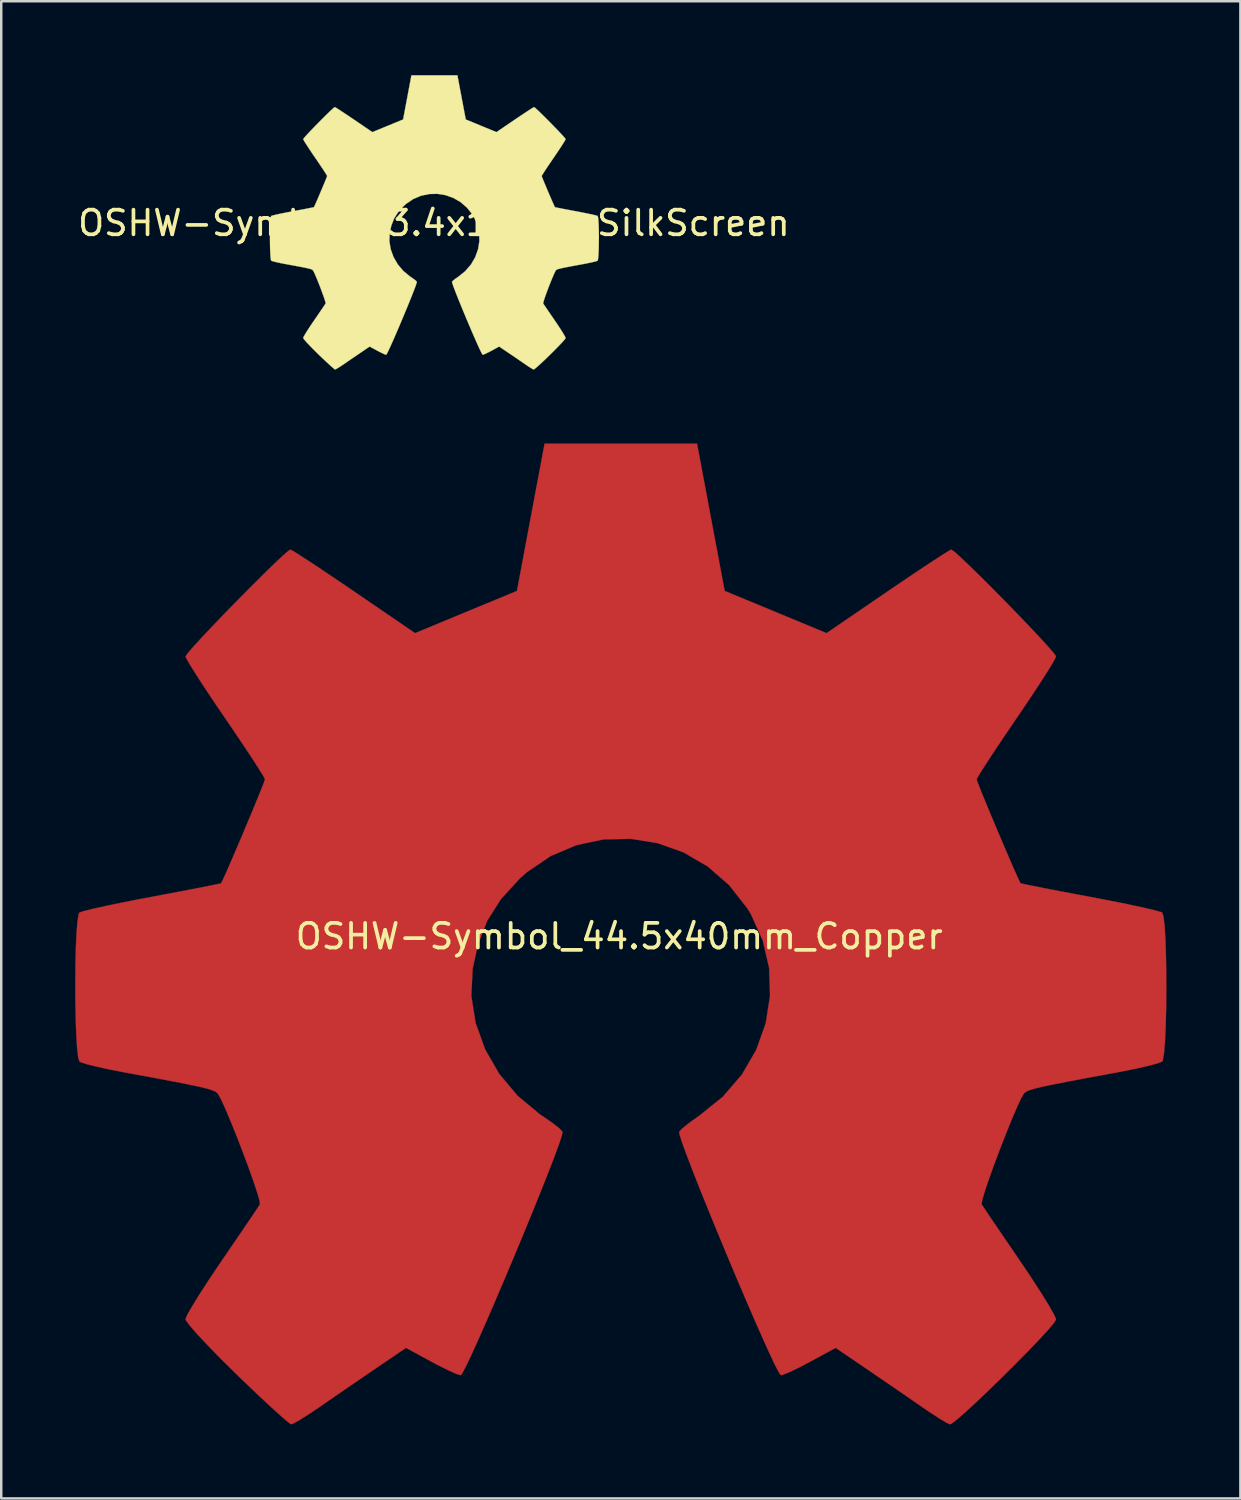
<source format=kicad_pcb>
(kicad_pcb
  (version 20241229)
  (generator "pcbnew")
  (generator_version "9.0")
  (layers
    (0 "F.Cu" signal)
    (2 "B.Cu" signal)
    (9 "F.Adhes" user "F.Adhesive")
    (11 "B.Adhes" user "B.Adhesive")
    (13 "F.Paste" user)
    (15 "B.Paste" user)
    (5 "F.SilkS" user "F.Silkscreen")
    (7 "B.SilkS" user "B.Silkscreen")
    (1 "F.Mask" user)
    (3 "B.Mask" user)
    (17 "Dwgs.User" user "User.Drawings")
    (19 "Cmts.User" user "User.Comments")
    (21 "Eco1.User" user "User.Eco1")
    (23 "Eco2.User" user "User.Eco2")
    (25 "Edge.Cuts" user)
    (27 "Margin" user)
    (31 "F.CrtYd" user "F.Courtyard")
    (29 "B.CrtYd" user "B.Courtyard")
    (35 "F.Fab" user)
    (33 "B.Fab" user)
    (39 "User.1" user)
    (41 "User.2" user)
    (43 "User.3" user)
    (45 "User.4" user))
  (footprint "OSHW-Symbol_13.4x12mm_SilkScreen"
    (layer "F.Cu")
    (at 14.554 6)
    (property "Reference" "OSHW-Symbol_13.4x12mm_SilkScreen" (at 0 0 0) (layer "F.SilkS") (effects (font (size 1 1) (thickness 0.15))))
    (attr exclude_from_pos_files exclude_from_bom allow_missing_courtyard)
    (fp_poly (pts (xy 1.12 -5.099) (xy 1.289 -4.204) (xy 1.912 -3.947) (xy 2.535 -3.69) (xy 3.282 -4.198) (xy 3.492 -4.34) (xy 3.681 -4.466) (xy 3.841 -4.571) (xy 3.964 -4.65) (xy 4.04 -4.696) (xy 4.06 -4.706) (xy 4.098 -4.681) (xy 4.177 -4.61) (xy 4.29 -4.503) (xy 4.428 -4.368) (xy 4.581 -4.216) (xy 4.741 -4.055) (xy 4.898 -3.893) (xy 5.045 -3.741) (xy 5.171 -3.607) (xy 5.268 -3.5) (xy 5.327 -3.429) (xy 5.341 -3.406) (xy 5.321 -3.362) (xy 5.264 -3.267) (xy 5.176 -3.128) (xy 5.063 -2.957) (xy 4.932 -2.762) (xy 4.856 -2.651) (xy 4.717 -2.447) (xy 4.594 -2.264) (xy 4.492 -2.109) (xy 4.418 -1.993) (xy 4.376 -1.924) (xy 4.37 -1.909) (xy 4.384 -1.868) (xy 4.422 -1.772) (xy 4.479 -1.634) (xy 4.548 -1.469) (xy 4.624 -1.289) (xy 4.701 -1.108) (xy 4.774 -0.94) (xy 4.836 -0.798) (xy 4.882 -0.696) (xy 4.906 -0.648) (xy 4.907 -0.646) (xy 4.945 -0.637) (xy 5.046 -0.616) (xy 5.2 -0.586) (xy 5.395 -0.548) (xy 5.622 -0.505) (xy 5.755 -0.481) (xy 5.998 -0.434) (xy 6.217 -0.39) (xy 6.402 -0.351) (xy 6.541 -0.319) (xy 6.623 -0.296) (xy 6.639 -0.289) (xy 6.656 -0.24) (xy 6.669 -0.129) (xy 6.679 0.03) (xy 6.686 0.226) (xy 6.689 0.444) (xy 6.69 0.672) (xy 6.687 0.897) (xy 6.682 1.106) (xy 6.673 1.286) (xy 6.662 1.424) (xy 6.647 1.507) (xy 6.638 1.525) (xy 6.586 1.546) (xy 6.474 1.575) (xy 6.318 1.61) (xy 6.133 1.648) (xy 6.069 1.66) (xy 5.757 1.717) (xy 5.511 1.763) (xy 5.322 1.799) (xy 5.183 1.829) (xy 5.084 1.852) (xy 5.018 1.872) (xy 4.978 1.89) (xy 4.953 1.907) (xy 4.95 1.911) (xy 4.916 1.967) (xy 4.865 2.077) (xy 4.801 2.226) (xy 4.729 2.401) (xy 4.655 2.59) (xy 4.584 2.778) (xy 4.521 2.953) (xy 4.471 3.1) (xy 4.439 3.207) (xy 4.431 3.259) (xy 4.432 3.261) (xy 4.46 3.304) (xy 4.524 3.399) (xy 4.616 3.535) (xy 4.732 3.704) (xy 4.862 3.894) (xy 4.899 3.949) (xy 5.032 4.145) (xy 5.149 4.324) (xy 5.243 4.475) (xy 5.309 4.589) (xy 5.34 4.655) (xy 5.341 4.663) (xy 5.316 4.706) (xy 5.244 4.79) (xy 5.136 4.907) (xy 5.001 5.047) (xy 4.848 5.202) (xy 4.685 5.363) (xy 4.524 5.519) (xy 4.371 5.664) (xy 4.238 5.786) (xy 4.132 5.878) (xy 4.064 5.931) (xy 4.045 5.939) (xy 4 5.919) (xy 3.91 5.865) (xy 3.788 5.786) (xy 3.695 5.722) (xy 3.525 5.605) (xy 3.324 5.467) (xy 3.122 5.33) (xy 3.013 5.257) (xy 2.646 5.008) (xy 2.338 5.175) (xy 2.197 5.248) (xy 2.078 5.305) (xy 1.997 5.337) (xy 1.977 5.341) (xy 1.952 5.308) (xy 1.903 5.214) (xy 1.834 5.068) (xy 1.748 4.879) (xy 1.649 4.655) (xy 1.54 4.405) (xy 1.426 4.137) (xy 1.309 3.861) (xy 1.194 3.585) (xy 1.084 3.317) (xy 0.982 3.067) (xy 0.893 2.842) (xy 0.82 2.652) (xy 0.767 2.506) (xy 0.737 2.411) (xy 0.732 2.379) (xy 0.77 2.338) (xy 0.854 2.27) (xy 0.966 2.191) (xy 0.976 2.185) (xy 1.266 1.953) (xy 1.5 1.682) (xy 1.675 1.382) (xy 1.79 1.06) (xy 1.844 0.725) (xy 1.833 0.386) (xy 1.755 0.052) (xy 1.61 -0.269) (xy 1.567 -0.34) (xy 1.344 -0.623) (xy 1.08 -0.851) (xy 0.786 -1.021) (xy 0.469 -1.134) (xy 0.139 -1.187) (xy -0.195 -1.179) (xy -0.523 -1.11) (xy -0.838 -0.978) (xy -1.129 -0.781) (xy -1.219 -0.701) (xy -1.448 -0.452) (xy -1.615 -0.189) (xy -1.73 0.105) (xy -1.794 0.397) (xy -1.809 0.725) (xy -1.757 1.055) (xy -1.641 1.375) (xy -1.468 1.674) (xy -1.243 1.942) (xy -0.971 2.166) (xy -0.935 2.19) (xy -0.822 2.268) (xy -0.736 2.335) (xy -0.694 2.378) (xy -0.694 2.379) (xy -0.703 2.425) (xy -0.738 2.531) (xy -0.795 2.686) (xy -0.872 2.884) (xy -0.964 3.114) (xy -1.067 3.368) (xy -1.179 3.638) (xy -1.295 3.915) (xy -1.411 4.19) (xy -1.525 4.455) (xy -1.632 4.701) (xy -1.729 4.919) (xy -1.812 5.1) (xy -1.877 5.237) (xy -1.921 5.32) (xy -1.939 5.341) (xy -1.994 5.325) (xy -2.096 5.279) (xy -2.228 5.213) (xy -2.3 5.175) (xy -2.609 5.008) (xy -2.976 5.257) (xy -3.163 5.384) (xy -3.369 5.524) (xy -3.561 5.656) (xy -3.657 5.722) (xy -3.793 5.813) (xy -3.907 5.885) (xy -3.986 5.929) (xy -4.012 5.938) (xy -4.049 5.913) (xy -4.132 5.843) (xy -4.252 5.735) (xy -4.401 5.597) (xy -4.572 5.435) (xy -4.68 5.331) (xy -4.868 5.146) (xy -5.031 4.98) (xy -5.162 4.841) (xy -5.254 4.736) (xy -5.301 4.671) (xy -5.305 4.658) (xy -5.284 4.608) (xy -5.227 4.508) (xy -5.139 4.366) (xy -5.028 4.194) (xy -4.899 4.002) (xy -4.862 3.949) (xy -4.728 3.754) (xy -4.608 3.578) (xy -4.509 3.432) (xy -4.437 3.325) (xy -4.398 3.267) (xy -4.394 3.261) (xy -4.4 3.215) (xy -4.429 3.113) (xy -4.478 2.97) (xy -4.54 2.798) (xy -4.61 2.61) (xy -4.684 2.421) (xy -4.756 2.243) (xy -4.821 2.091) (xy -4.874 1.976) (xy -4.91 1.914) (xy -4.913 1.911) (xy -4.935 1.893) (xy -4.972 1.875) (xy -5.032 1.856) (xy -5.124 1.833) (xy -5.255 1.805) (xy -5.434 1.77) (xy -5.668 1.726) (xy -5.967 1.671) (xy -6.031 1.66) (xy -6.223 1.623) (xy -6.39 1.586) (xy -6.517 1.554) (xy -6.591 1.53) (xy -6.601 1.525) (xy -6.617 1.475) (xy -6.63 1.364) (xy -6.641 1.204) (xy -6.648 1.008) (xy -6.652 0.79) (xy -6.653 0.562) (xy -6.65 0.337) (xy -6.645 0.128) (xy -6.637 -0.052) (xy -6.625 -0.189) (xy -6.611 -0.272) (xy -6.602 -0.289) (xy -6.553 -0.306) (xy -6.442 -0.334) (xy -6.279 -0.37) (xy -6.076 -0.412) (xy -5.844 -0.457) (xy -5.718 -0.481) (xy -5.478 -0.526) (xy -5.264 -0.566) (xy -5.086 -0.601) (xy -4.955 -0.627) (xy -4.882 -0.642) (xy -4.87 -0.646) (xy -4.85 -0.685) (xy -4.806 -0.78) (xy -4.746 -0.917) (xy -4.675 -1.082) (xy -4.598 -1.262) (xy -4.522 -1.443) (xy -4.451 -1.611) (xy -4.392 -1.755) (xy -4.351 -1.858) (xy -4.333 -1.909) (xy -4.333 -1.911) (xy -4.353 -1.951) (xy -4.41 -2.043) (xy -4.498 -2.178) (xy -4.611 -2.347) (xy -4.742 -2.541) (xy -4.819 -2.652) (xy -4.958 -2.856) (xy -5.081 -3.041) (xy -5.183 -3.198) (xy -5.258 -3.317) (xy -5.298 -3.39) (xy -5.304 -3.406) (xy -5.279 -3.444) (xy -5.209 -3.525) (xy -5.103 -3.64) (xy -4.971 -3.779) (xy -4.821 -3.935) (xy -4.662 -4.097) (xy -4.503 -4.257) (xy -4.353 -4.405) (xy -4.221 -4.533) (xy -4.115 -4.632) (xy -4.046 -4.692) (xy -4.022 -4.706) (xy -3.984 -4.686) (xy -3.894 -4.63) (xy -3.759 -4.542) (xy -3.589 -4.43) (xy -3.393 -4.298) (xy -3.245 -4.198) (xy -2.498 -3.69) (xy -1.874 -3.947) (xy -1.251 -4.204) (xy -0.914 -5.995) (xy 0.951 -5.995) (xy 1.12 -5.099)) (stroke (width 0.01) (type solid)) (fill yes) (layer "F.SilkS")))
  (footprint "OSHW-Symbol_44.5x40mm_Copper"
    (layer "F.Cu")
    (at 22.072 34.933)
    (property "Reference" "OSHW-Symbol_44.5x40mm_Copper" (at 0 0 0) (layer "F.SilkS") (effects (font (size 1 1) (thickness 0.15))))
    (attr exclude_from_pos_files exclude_from_bom allow_missing_courtyard)
    (fp_poly (pts (xy 3.714 -16.998) (xy 4.275 -14.012) (xy 6.342 -13.156) (xy 8.409 -12.299) (xy 10.888 -13.994) (xy 11.583 -14.466) (xy 12.21 -14.887) (xy 12.742 -15.238) (xy 13.148 -15.501) (xy 13.4 -15.655) (xy 13.469 -15.688) (xy 13.592 -15.603) (xy 13.857 -15.366) (xy 14.231 -15.009) (xy 14.688 -14.562) (xy 15.196 -14.054) (xy 15.726 -13.516) (xy 16.248 -12.978) (xy 16.733 -12.47) (xy 17.152 -12.023) (xy 17.475 -11.666) (xy 17.671 -11.431) (xy 17.718 -11.352) (xy 17.65 -11.207) (xy 17.461 -10.888) (xy 17.169 -10.428) (xy 16.796 -9.857) (xy 16.36 -9.207) (xy 16.107 -8.835) (xy 15.647 -8.158) (xy 15.238 -7.546) (xy 14.9 -7.032) (xy 14.653 -6.644) (xy 14.517 -6.413) (xy 14.497 -6.365) (xy 14.543 -6.227) (xy 14.669 -5.906) (xy 14.857 -5.448) (xy 15.086 -4.896) (xy 15.338 -4.296) (xy 15.594 -3.694) (xy 15.834 -3.134) (xy 16.04 -2.661) (xy 16.193 -2.322) (xy 16.273 -2.159) (xy 16.278 -2.153) (xy 16.403 -2.122) (xy 16.738 -2.053) (xy 17.247 -1.952) (xy 17.896 -1.827) (xy 18.65 -1.685) (xy 19.089 -1.602) (xy 19.895 -1.448) (xy 20.622 -1.302) (xy 21.235 -1.17) (xy 21.696 -1.063) (xy 21.969 -0.987) (xy 22.024 -0.963) (xy 22.077 -0.799) (xy 22.121 -0.43) (xy 22.154 0.101) (xy 22.176 0.752) (xy 22.189 1.479) (xy 22.191 2.239) (xy 22.183 2.989) (xy 22.165 3.686) (xy 22.136 4.286) (xy 22.097 4.747) (xy 22.049 5.025) (xy 22.02 5.082) (xy 21.845 5.152) (xy 21.475 5.251) (xy 20.958 5.368) (xy 20.344 5.492) (xy 20.13 5.532) (xy 19.097 5.722) (xy 18.28 5.875) (xy 17.654 5.998) (xy 17.191 6.095) (xy 16.864 6.174) (xy 16.646 6.24) (xy 16.511 6.299) (xy 16.431 6.358) (xy 16.42 6.37) (xy 16.308 6.557) (xy 16.137 6.922) (xy 15.924 7.419) (xy 15.687 8.005) (xy 15.441 8.634) (xy 15.206 9.261) (xy 14.996 9.843) (xy 14.831 10.334) (xy 14.726 10.689) (xy 14.698 10.865) (xy 14.7 10.871) (xy 14.794 11.014) (xy 15.005 11.33) (xy 15.313 11.785) (xy 15.695 12.346) (xy 16.128 12.981) (xy 16.252 13.162) (xy 16.692 13.816) (xy 17.079 14.413) (xy 17.393 14.918) (xy 17.611 15.298) (xy 17.713 15.517) (xy 17.718 15.544) (xy 17.632 15.686) (xy 17.395 15.966) (xy 17.037 16.356) (xy 16.588 16.824) (xy 16.08 17.34) (xy 15.542 17.875) (xy 15.005 18.398) (xy 14.5 18.879) (xy 14.057 19.288) (xy 13.706 19.595) (xy 13.479 19.769) (xy 13.416 19.797) (xy 13.27 19.73) (xy 12.97 19.549) (xy 12.566 19.286) (xy 12.255 19.073) (xy 11.692 18.684) (xy 11.024 18.225) (xy 10.355 17.767) (xy 9.995 17.522) (xy 8.777 16.694) (xy 7.755 17.249) (xy 7.289 17.493) (xy 6.893 17.682) (xy 6.625 17.79) (xy 6.557 17.805) (xy 6.475 17.694) (xy 6.313 17.381) (xy 6.083 16.894) (xy 5.798 16.263) (xy 5.469 15.516) (xy 5.109 14.682) (xy 4.729 13.79) (xy 4.342 12.869) (xy 3.96 11.949) (xy 3.595 11.056) (xy 3.258 10.222) (xy 2.963 9.474) (xy 2.721 8.841) (xy 2.544 8.353) (xy 2.444 8.038) (xy 2.428 7.93) (xy 2.555 7.792) (xy 2.834 7.568) (xy 3.206 7.305) (xy 3.237 7.284) (xy 4.199 6.51) (xy 4.974 5.608) (xy 5.556 4.606) (xy 5.939 3.532) (xy 6.115 2.416) (xy 6.079 1.286) (xy 5.822 0.172) (xy 5.339 -0.898) (xy 5.197 -1.132) (xy 4.457 -2.077) (xy 3.584 -2.836) (xy 2.607 -3.405) (xy 1.556 -3.78) (xy 0.462 -3.956) (xy -0.646 -3.931) (xy -1.736 -3.7) (xy -2.78 -3.259) (xy -3.745 -2.604) (xy -4.044 -2.338) (xy -4.804 -1.506) (xy -5.358 -0.63) (xy -5.738 0.351) (xy -5.95 1.324) (xy -6.002 2.417) (xy -5.828 3.515) (xy -5.445 4.582) (xy -4.871 5.58) (xy -4.123 6.472) (xy -3.22 7.221) (xy -3.102 7.3) (xy -2.726 7.559) (xy -2.44 7.783) (xy -2.303 7.926) (xy -2.301 7.93) (xy -2.33 8.085) (xy -2.447 8.436) (xy -2.638 8.955) (xy -2.892 9.612) (xy -3.197 10.379) (xy -3.54 11.227) (xy -3.91 12.127) (xy -4.294 13.05) (xy -4.681 13.967) (xy -5.058 14.85) (xy -5.413 15.669) (xy -5.734 16.396) (xy -6.009 17.001) (xy -6.226 17.456) (xy -6.374 17.732) (xy -6.433 17.805) (xy -6.614 17.748) (xy -6.952 17.597) (xy -7.39 17.378) (xy -7.631 17.249) (xy -8.653 16.694) (xy -9.871 17.522) (xy -10.493 17.946) (xy -11.174 18.413) (xy -11.812 18.852) (xy -12.131 19.073) (xy -12.581 19.377) (xy -12.961 19.617) (xy -13.223 19.764) (xy -13.308 19.795) (xy -13.432 19.711) (xy -13.706 19.477) (xy -14.104 19.117) (xy -14.599 18.656) (xy -15.165 18.117) (xy -15.522 17.772) (xy -16.148 17.154) (xy -16.689 16.601) (xy -17.123 16.137) (xy -17.428 15.786) (xy -17.583 15.571) (xy -17.598 15.527) (xy -17.529 15.361) (xy -17.338 15.026) (xy -17.048 14.554) (xy -16.678 13.981) (xy -16.25 13.34) (xy -16.128 13.162) (xy -15.684 12.512) (xy -15.286 11.928) (xy -14.956 11.441) (xy -14.716 11.084) (xy -14.589 10.891) (xy -14.576 10.871) (xy -14.595 10.717) (xy -14.693 10.378) (xy -14.853 9.899) (xy -15.058 9.325) (xy -15.292 8.7) (xy -15.537 8.069) (xy -15.776 7.477) (xy -15.992 6.968) (xy -16.168 6.588) (xy -16.287 6.38) (xy -16.296 6.37) (xy -16.368 6.31) (xy -16.491 6.251) (xy -16.691 6.187) (xy -16.995 6.111) (xy -17.43 6.018) (xy -18.024 5.901) (xy -18.802 5.754) (xy -19.792 5.571) (xy -20.006 5.532) (xy -20.641 5.409) (xy -21.195 5.288) (xy -21.619 5.182) (xy -21.863 5.101) (xy -21.896 5.082) (xy -21.95 4.916) (xy -21.993 4.545) (xy -22.027 4.012) (xy -22.051 3.36) (xy -22.064 2.632) (xy -22.067 1.872) (xy -22.06 1.122) (xy -22.043 0.427) (xy -22.015 -0.172) (xy -21.977 -0.631) (xy -21.929 -0.906) (xy -21.9 -0.963) (xy -21.738 -1.019) (xy -21.368 -1.112) (xy -20.828 -1.232) (xy -20.155 -1.372) (xy -19.385 -1.523) (xy -18.965 -1.602) (xy -18.169 -1.752) (xy -17.46 -1.887) (xy -16.871 -2.002) (xy -16.437 -2.089) (xy -16.194 -2.141) (xy -16.154 -2.153) (xy -16.086 -2.284) (xy -15.943 -2.6) (xy -15.744 -3.056) (xy -15.507 -3.606) (xy -15.253 -4.205) (xy -14.999 -4.809) (xy -14.765 -5.372) (xy -14.57 -5.848) (xy -14.433 -6.194) (xy -14.374 -6.363) (xy -14.373 -6.371) (xy -14.44 -6.504) (xy -14.63 -6.811) (xy -14.921 -7.262) (xy -15.295 -7.825) (xy -15.73 -8.47) (xy -15.983 -8.84) (xy -16.445 -9.52) (xy -16.855 -10.136) (xy -17.193 -10.66) (xy -17.44 -11.058) (xy -17.575 -11.299) (xy -17.594 -11.354) (xy -17.51 -11.48) (xy -17.278 -11.749) (xy -16.928 -12.132) (xy -16.489 -12.597) (xy -15.991 -13.116) (xy -15.464 -13.656) (xy -14.936 -14.189) (xy -14.438 -14.684) (xy -14 -15.111) (xy -13.651 -15.44) (xy -13.42 -15.64) (xy -13.342 -15.688) (xy -13.217 -15.621) (xy -12.916 -15.432) (xy -12.469 -15.141) (xy -11.906 -14.766) (xy -11.255 -14.328) (xy -10.764 -13.994) (xy -8.285 -12.299) (xy -6.218 -13.156) (xy -4.151 -14.012) (xy -3.591 -16.998) (xy -3.03 -19.984) (xy 3.154 -19.984) (xy 3.714 -16.998)) (stroke (width 0.01) (type solid)) (fill yes) (layer "F.Cu")))
  (gr_rect
    (start -3 -3)
    (end 47.268 57.735)
    (stroke (width 0.1) (type default))
    (fill no)
    (layer "Edge.Cuts")))
</source>
